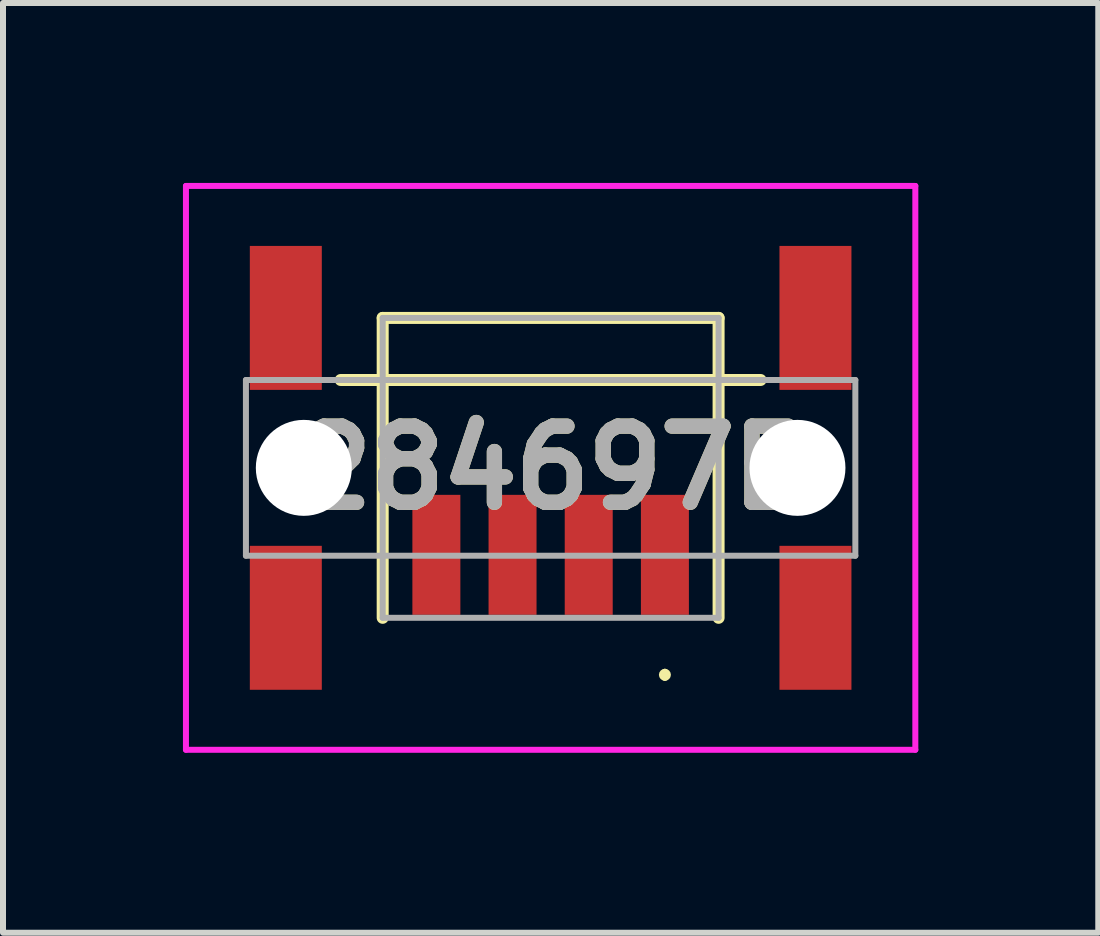
<source format=kicad_pcb>
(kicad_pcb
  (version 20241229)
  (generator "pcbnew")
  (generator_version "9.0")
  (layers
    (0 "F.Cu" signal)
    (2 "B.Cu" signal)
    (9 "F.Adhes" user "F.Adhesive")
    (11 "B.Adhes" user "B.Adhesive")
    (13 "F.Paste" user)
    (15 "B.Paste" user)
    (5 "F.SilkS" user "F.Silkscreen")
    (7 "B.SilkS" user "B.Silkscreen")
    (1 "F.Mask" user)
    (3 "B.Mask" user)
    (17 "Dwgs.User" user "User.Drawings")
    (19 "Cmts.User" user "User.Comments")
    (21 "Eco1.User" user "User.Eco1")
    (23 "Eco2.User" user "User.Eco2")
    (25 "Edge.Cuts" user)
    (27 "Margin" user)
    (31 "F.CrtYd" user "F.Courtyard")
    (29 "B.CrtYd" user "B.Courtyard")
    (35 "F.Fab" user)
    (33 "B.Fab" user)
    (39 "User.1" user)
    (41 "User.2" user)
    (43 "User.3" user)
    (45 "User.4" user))
  (footprint "284697E"
    (layer "F.Cu")
    (at 6.13 4.75)
    (property "Reference" "284697E" (at 0 0 0) (layer "F.SilkS") (effects (font (size 1.27 1.27) (thickness 0.254))))
    (attr through_hole)
    (fp_line (start -3.5 -1.465) (end 3.5 -1.465) (stroke (width 0.2) (type solid)) (layer "F.SilkS"))
    (fp_line (start -2.8 -2.5) (end 2.8 -2.5) (stroke (width 0.2) (type solid)) (layer "F.SilkS"))
    (fp_line (start -2.8 -1.5) (end -2.8 -2.5) (stroke (width 0.2) (type solid)) (layer "F.SilkS"))
    (fp_line (start -2.8 -1.5) (end -2.8 2.5) (stroke (width 0.2) (type solid)) (layer "F.SilkS"))
    (fp_line (start 1.905 3.4) (end 1.905 3.4) (stroke (width 0.1) (type solid)) (layer "F.SilkS"))
    (fp_line (start 1.905 3.5) (end 1.905 3.5) (stroke (width 0.1) (type solid)) (layer "F.SilkS"))
    (fp_line (start 2.8 -2.5) (end 2.8 -1.465) (stroke (width 0.2) (type solid)) (layer "F.SilkS"))
    (fp_line (start 2.8 -1.465) (end 2.8 2.5) (stroke (width 0.2) (type solid)) (layer "F.SilkS"))
    (fp_arc (start 1.905 3.4) (mid 1.955 3.45) (end 1.905 3.5) (stroke (width 0.1) (type solid)) (layer "F.SilkS"))
    (fp_arc (start 1.905 3.5) (mid 1.855 3.45) (end 1.905 3.4) (stroke (width 0.1) (type solid)) (layer "F.SilkS"))
    (fp_line (start -6.08 -4.7) (end 6.08 -4.7) (stroke (width 0.1) (type solid)) (layer "F.CrtYd"))
    (fp_line (start -6.08 4.7) (end -6.08 -4.7) (stroke (width 0.1) (type solid)) (layer "F.CrtYd"))
    (fp_line (start 6.08 -4.7) (end 6.08 4.7) (stroke (width 0.1) (type solid)) (layer "F.CrtYd"))
    (fp_line (start 6.08 4.7) (end -6.08 4.7) (stroke (width 0.1) (type solid)) (layer "F.CrtYd"))
    (fp_line (start -5.08 -1.465) (end 5.08 -1.465) (stroke (width 0.1) (type solid)) (layer "F.Fab"))
    (fp_line (start -5.08 1.465) (end -5.08 -1.465) (stroke (width 0.1) (type solid)) (layer "F.Fab"))
    (fp_line (start -2.8 -2.5) (end 2.8 -2.5) (stroke (width 0.1) (type solid)) (layer "F.Fab"))
    (fp_line (start -2.8 2.5) (end -2.8 -2.5) (stroke (width 0.1) (type solid)) (layer "F.Fab"))
    (fp_line (start 2.8 -2.5) (end 2.8 2.5) (stroke (width 0.1) (type solid)) (layer "F.Fab"))
    (fp_line (start 2.8 2.5) (end -2.8 2.5) (stroke (width 0.1) (type solid)) (layer "F.Fab"))
    (fp_line (start 5.08 -1.465) (end 5.08 1.465) (stroke (width 0.1) (type solid)) (layer "F.Fab"))
    (fp_line (start 5.08 1.465) (end -5.08 1.465) (stroke (width 0.1) (type solid)) (layer "F.Fab"))
    (fp_text user "${REFERENCE}" (at 0 0 0) (layer "F.Fab") (effects (font (size 1.27 1.27) (thickness 0.254))))
    (pad "" np_thru_hole circle (at -4.115 0) (size 1.6 1.6) (drill 1.6) (layers "*.Cu" "*.Mask"))
    (pad "" np_thru_hole circle (at 4.115 0) (size 1.6 1.6) (drill 1.6) (layers "*.Cu" "*.Mask"))
    (pad "1" smd rect (at 1.905 1.45) (size 0.8 2) (layers "F.Cu" "F.Mask" "F.Paste"))
    (pad "2" smd rect (at 0.635 1.45) (size 0.8 2) (layers "F.Cu" "F.Mask" "F.Paste"))
    (pad "3" smd rect (at -0.635 1.45) (size 0.8 2) (layers "F.Cu" "F.Mask" "F.Paste"))
    (pad "4" smd rect (at -1.905 1.45) (size 0.8 2) (layers "F.Cu" "F.Mask" "F.Paste"))
    (pad "MP1" smd rect (at 4.415 -2.5) (size 1.2 2.4) (layers "F.Cu" "F.Mask" "F.Paste"))
    (pad "MP2" smd rect (at -4.415 -2.5) (size 1.2 2.4) (layers "F.Cu" "F.Mask" "F.Paste"))
    (pad "MP3" smd rect (at 4.415 2.5) (size 1.2 2.4) (layers "F.Cu" "F.Mask" "F.Paste"))
    (pad "MP4" smd rect (at -4.415 2.5) (size 1.2 2.4) (layers "F.Cu" "F.Mask" "F.Paste")))
  (gr_rect
    (start -3 -3)
    (end 15.26 12.5)
    (stroke (width 0.1) (type default))
    (fill no)
    (layer "Edge.Cuts")))
</source>
